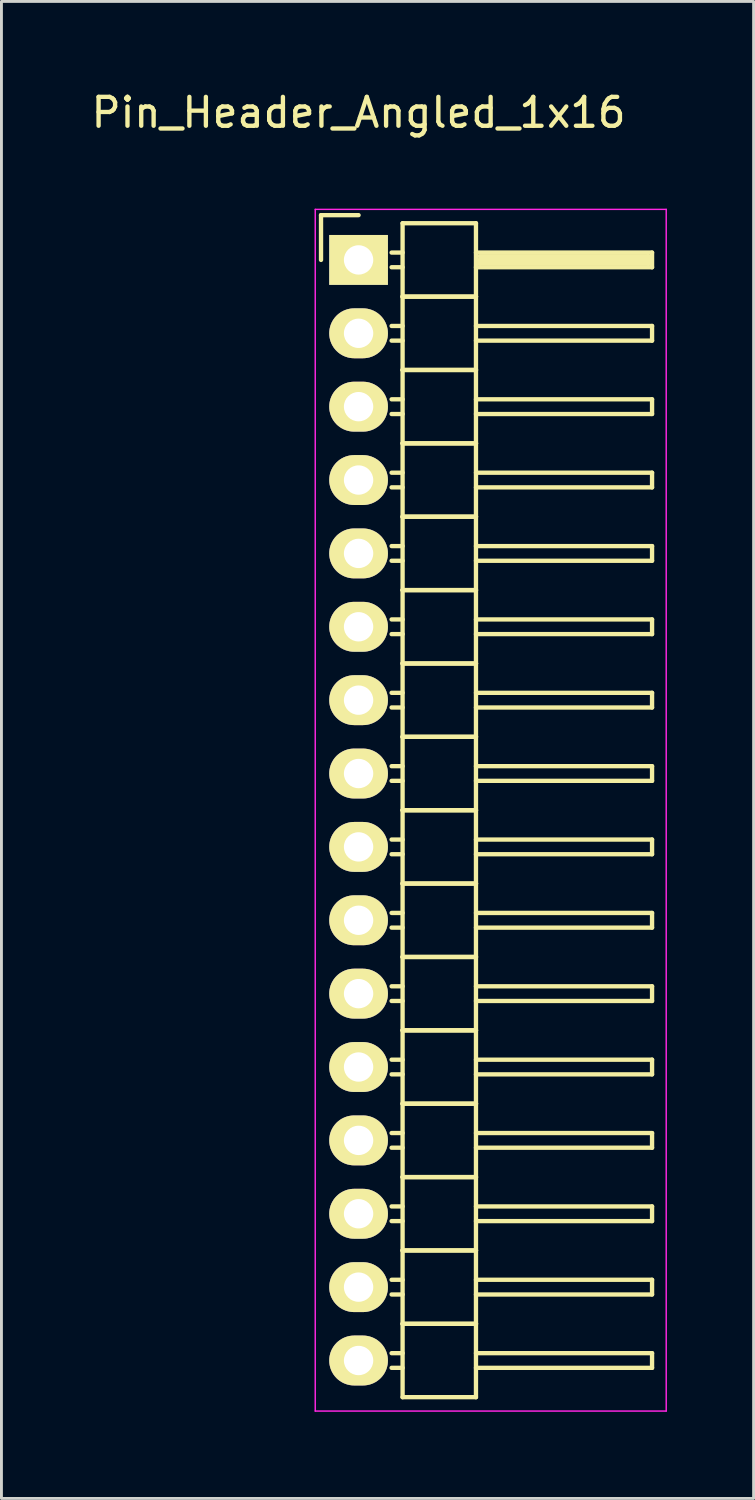
<source format=kicad_pcb>
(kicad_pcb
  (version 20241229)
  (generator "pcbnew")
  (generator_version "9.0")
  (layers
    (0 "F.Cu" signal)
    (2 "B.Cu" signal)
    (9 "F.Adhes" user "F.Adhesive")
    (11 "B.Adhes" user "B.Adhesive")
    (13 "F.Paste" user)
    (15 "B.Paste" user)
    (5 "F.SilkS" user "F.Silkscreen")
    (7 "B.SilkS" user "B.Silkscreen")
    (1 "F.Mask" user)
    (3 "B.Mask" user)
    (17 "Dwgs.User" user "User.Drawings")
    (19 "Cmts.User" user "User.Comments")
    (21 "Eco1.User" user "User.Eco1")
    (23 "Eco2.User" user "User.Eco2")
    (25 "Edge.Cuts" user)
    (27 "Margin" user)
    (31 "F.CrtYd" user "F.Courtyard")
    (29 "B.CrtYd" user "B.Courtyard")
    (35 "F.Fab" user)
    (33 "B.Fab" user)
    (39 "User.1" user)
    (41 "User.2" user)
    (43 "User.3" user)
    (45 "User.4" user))
  (footprint "Pin_Header_Angled_1x16"
    (layer "F.Cu")
    (at 9.363 5.948)
    (property "Reference" "Pin_Header_Angled_1x16" (at 0 -5.1 0) (layer "F.SilkS") (effects (font (size 1 1) (thickness 0.15))))
    (attr through_hole)
    (fp_line (start -1.3 -1.55) (end -1.3 0) (stroke (width 0.15) (type solid)) (layer "F.SilkS"))
    (fp_line (start 0 -1.55) (end -1.3 -1.55) (stroke (width 0.15) (type solid)) (layer "F.SilkS"))
    (fp_line (start 1.524 -1.27) (end 1.524 1.27) (stroke (width 0.15) (type solid)) (layer "F.SilkS"))
    (fp_line (start 1.524 -1.27) (end 4.064 -1.27) (stroke (width 0.15) (type solid)) (layer "F.SilkS"))
    (fp_line (start 1.524 -0.254) (end 1.143 -0.254) (stroke (width 0.15) (type solid)) (layer "F.SilkS"))
    (fp_line (start 1.524 0.254) (end 1.143 0.254) (stroke (width 0.15) (type solid)) (layer "F.SilkS"))
    (fp_line (start 1.524 1.27) (end 1.524 3.81) (stroke (width 0.15) (type solid)) (layer "F.SilkS"))
    (fp_line (start 1.524 1.27) (end 4.064 1.27) (stroke (width 0.15) (type solid)) (layer "F.SilkS"))
    (fp_line (start 1.524 1.27) (end 4.064 1.27) (stroke (width 0.15) (type solid)) (layer "F.SilkS"))
    (fp_line (start 1.524 2.286) (end 1.143 2.286) (stroke (width 0.15) (type solid)) (layer "F.SilkS"))
    (fp_line (start 1.524 2.794) (end 1.143 2.794) (stroke (width 0.15) (type solid)) (layer "F.SilkS"))
    (fp_line (start 1.524 3.81) (end 1.524 6.35) (stroke (width 0.15) (type solid)) (layer "F.SilkS"))
    (fp_line (start 1.524 3.81) (end 4.064 3.81) (stroke (width 0.15) (type solid)) (layer "F.SilkS"))
    (fp_line (start 1.524 3.81) (end 4.064 3.81) (stroke (width 0.15) (type solid)) (layer "F.SilkS"))
    (fp_line (start 1.524 4.826) (end 1.143 4.826) (stroke (width 0.15) (type solid)) (layer "F.SilkS"))
    (fp_line (start 1.524 5.334) (end 1.143 5.334) (stroke (width 0.15) (type solid)) (layer "F.SilkS"))
    (fp_line (start 1.524 6.35) (end 1.524 8.89) (stroke (width 0.15) (type solid)) (layer "F.SilkS"))
    (fp_line (start 1.524 6.35) (end 4.064 6.35) (stroke (width 0.15) (type solid)) (layer "F.SilkS"))
    (fp_line (start 1.524 6.35) (end 4.064 6.35) (stroke (width 0.15) (type solid)) (layer "F.SilkS"))
    (fp_line (start 1.524 7.366) (end 1.143 7.366) (stroke (width 0.15) (type solid)) (layer "F.SilkS"))
    (fp_line (start 1.524 7.874) (end 1.143 7.874) (stroke (width 0.15) (type solid)) (layer "F.SilkS"))
    (fp_line (start 1.524 8.89) (end 1.524 11.43) (stroke (width 0.15) (type solid)) (layer "F.SilkS"))
    (fp_line (start 1.524 8.89) (end 4.064 8.89) (stroke (width 0.15) (type solid)) (layer "F.SilkS"))
    (fp_line (start 1.524 8.89) (end 4.064 8.89) (stroke (width 0.15) (type solid)) (layer "F.SilkS"))
    (fp_line (start 1.524 9.906) (end 1.143 9.906) (stroke (width 0.15) (type solid)) (layer "F.SilkS"))
    (fp_line (start 1.524 10.414) (end 1.143 10.414) (stroke (width 0.15) (type solid)) (layer "F.SilkS"))
    (fp_line (start 1.524 11.43) (end 1.524 13.97) (stroke (width 0.15) (type solid)) (layer "F.SilkS"))
    (fp_line (start 1.524 11.43) (end 4.064 11.43) (stroke (width 0.15) (type solid)) (layer "F.SilkS"))
    (fp_line (start 1.524 11.43) (end 4.064 11.43) (stroke (width 0.15) (type solid)) (layer "F.SilkS"))
    (fp_line (start 1.524 12.446) (end 1.143 12.446) (stroke (width 0.15) (type solid)) (layer "F.SilkS"))
    (fp_line (start 1.524 12.954) (end 1.143 12.954) (stroke (width 0.15) (type solid)) (layer "F.SilkS"))
    (fp_line (start 1.524 13.97) (end 1.524 16.51) (stroke (width 0.15) (type solid)) (layer "F.SilkS"))
    (fp_line (start 1.524 13.97) (end 4.064 13.97) (stroke (width 0.15) (type solid)) (layer "F.SilkS"))
    (fp_line (start 1.524 13.97) (end 4.064 13.97) (stroke (width 0.15) (type solid)) (layer "F.SilkS"))
    (fp_line (start 1.524 14.986) (end 1.143 14.986) (stroke (width 0.15) (type solid)) (layer "F.SilkS"))
    (fp_line (start 1.524 15.494) (end 1.143 15.494) (stroke (width 0.15) (type solid)) (layer "F.SilkS"))
    (fp_line (start 1.524 16.51) (end 1.524 19.05) (stroke (width 0.15) (type solid)) (layer "F.SilkS"))
    (fp_line (start 1.524 16.51) (end 4.064 16.51) (stroke (width 0.15) (type solid)) (layer "F.SilkS"))
    (fp_line (start 1.524 16.51) (end 4.064 16.51) (stroke (width 0.15) (type solid)) (layer "F.SilkS"))
    (fp_line (start 1.524 17.526) (end 1.143 17.526) (stroke (width 0.15) (type solid)) (layer "F.SilkS"))
    (fp_line (start 1.524 18.034) (end 1.143 18.034) (stroke (width 0.15) (type solid)) (layer "F.SilkS"))
    (fp_line (start 1.524 19.05) (end 1.524 21.59) (stroke (width 0.15) (type solid)) (layer "F.SilkS"))
    (fp_line (start 1.524 19.05) (end 4.064 19.05) (stroke (width 0.15) (type solid)) (layer "F.SilkS"))
    (fp_line (start 1.524 19.05) (end 4.064 19.05) (stroke (width 0.15) (type solid)) (layer "F.SilkS"))
    (fp_line (start 1.524 20.066) (end 1.143 20.066) (stroke (width 0.15) (type solid)) (layer "F.SilkS"))
    (fp_line (start 1.524 20.574) (end 1.143 20.574) (stroke (width 0.15) (type solid)) (layer "F.SilkS"))
    (fp_line (start 1.524 21.59) (end 1.524 24.13) (stroke (width 0.15) (type solid)) (layer "F.SilkS"))
    (fp_line (start 1.524 21.59) (end 4.064 21.59) (stroke (width 0.15) (type solid)) (layer "F.SilkS"))
    (fp_line (start 1.524 21.59) (end 4.064 21.59) (stroke (width 0.15) (type solid)) (layer "F.SilkS"))
    (fp_line (start 1.524 22.606) (end 1.143 22.606) (stroke (width 0.15) (type solid)) (layer "F.SilkS"))
    (fp_line (start 1.524 23.114) (end 1.143 23.114) (stroke (width 0.15) (type solid)) (layer "F.SilkS"))
    (fp_line (start 1.524 24.13) (end 1.524 26.67) (stroke (width 0.15) (type solid)) (layer "F.SilkS"))
    (fp_line (start 1.524 24.13) (end 4.064 24.13) (stroke (width 0.15) (type solid)) (layer "F.SilkS"))
    (fp_line (start 1.524 24.13) (end 4.064 24.13) (stroke (width 0.15) (type solid)) (layer "F.SilkS"))
    (fp_line (start 1.524 25.146) (end 1.143 25.146) (stroke (width 0.15) (type solid)) (layer "F.SilkS"))
    (fp_line (start 1.524 25.654) (end 1.143 25.654) (stroke (width 0.15) (type solid)) (layer "F.SilkS"))
    (fp_line (start 1.524 26.67) (end 1.524 29.21) (stroke (width 0.15) (type solid)) (layer "F.SilkS"))
    (fp_line (start 1.524 26.67) (end 4.064 26.67) (stroke (width 0.15) (type solid)) (layer "F.SilkS"))
    (fp_line (start 1.524 26.67) (end 4.064 26.67) (stroke (width 0.15) (type solid)) (layer "F.SilkS"))
    (fp_line (start 1.524 27.686) (end 1.143 27.686) (stroke (width 0.15) (type solid)) (layer "F.SilkS"))
    (fp_line (start 1.524 28.194) (end 1.143 28.194) (stroke (width 0.15) (type solid)) (layer "F.SilkS"))
    (fp_line (start 1.524 29.21) (end 1.524 31.75) (stroke (width 0.15) (type solid)) (layer "F.SilkS"))
    (fp_line (start 1.524 29.21) (end 4.064 29.21) (stroke (width 0.15) (type solid)) (layer "F.SilkS"))
    (fp_line (start 1.524 29.21) (end 4.064 29.21) (stroke (width 0.15) (type solid)) (layer "F.SilkS"))
    (fp_line (start 1.524 30.226) (end 1.143 30.226) (stroke (width 0.15) (type solid)) (layer "F.SilkS"))
    (fp_line (start 1.524 30.734) (end 1.143 30.734) (stroke (width 0.15) (type solid)) (layer "F.SilkS"))
    (fp_line (start 1.524 31.75) (end 1.524 34.29) (stroke (width 0.15) (type solid)) (layer "F.SilkS"))
    (fp_line (start 1.524 31.75) (end 4.064 31.75) (stroke (width 0.15) (type solid)) (layer "F.SilkS"))
    (fp_line (start 1.524 31.75) (end 4.064 31.75) (stroke (width 0.15) (type solid)) (layer "F.SilkS"))
    (fp_line (start 1.524 32.766) (end 1.143 32.766) (stroke (width 0.15) (type solid)) (layer "F.SilkS"))
    (fp_line (start 1.524 33.274) (end 1.143 33.274) (stroke (width 0.15) (type solid)) (layer "F.SilkS"))
    (fp_line (start 1.524 34.29) (end 1.524 36.83) (stroke (width 0.15) (type solid)) (layer "F.SilkS"))
    (fp_line (start 1.524 34.29) (end 4.064 34.29) (stroke (width 0.15) (type solid)) (layer "F.SilkS"))
    (fp_line (start 1.524 34.29) (end 4.064 34.29) (stroke (width 0.15) (type solid)) (layer "F.SilkS"))
    (fp_line (start 1.524 35.306) (end 1.143 35.306) (stroke (width 0.15) (type solid)) (layer "F.SilkS"))
    (fp_line (start 1.524 35.814) (end 1.143 35.814) (stroke (width 0.15) (type solid)) (layer "F.SilkS"))
    (fp_line (start 1.524 36.83) (end 1.524 39.37) (stroke (width 0.15) (type solid)) (layer "F.SilkS"))
    (fp_line (start 1.524 36.83) (end 4.064 36.83) (stroke (width 0.15) (type solid)) (layer "F.SilkS"))
    (fp_line (start 1.524 36.83) (end 4.064 36.83) (stroke (width 0.15) (type solid)) (layer "F.SilkS"))
    (fp_line (start 1.524 37.846) (end 1.143 37.846) (stroke (width 0.15) (type solid)) (layer "F.SilkS"))
    (fp_line (start 1.524 38.354) (end 1.143 38.354) (stroke (width 0.15) (type solid)) (layer "F.SilkS"))
    (fp_line (start 1.524 39.37) (end 4.064 39.37) (stroke (width 0.15) (type solid)) (layer "F.SilkS"))
    (fp_line (start 4.064 -0.254) (end 10.16 -0.254) (stroke (width 0.15) (type solid)) (layer "F.SilkS"))
    (fp_line (start 4.064 1.27) (end 4.064 -1.27) (stroke (width 0.15) (type solid)) (layer "F.SilkS"))
    (fp_line (start 4.064 2.286) (end 10.16 2.286) (stroke (width 0.15) (type solid)) (layer "F.SilkS"))
    (fp_line (start 4.064 3.81) (end 4.064 1.27) (stroke (width 0.15) (type solid)) (layer "F.SilkS"))
    (fp_line (start 4.064 4.826) (end 10.16 4.826) (stroke (width 0.15) (type solid)) (layer "F.SilkS"))
    (fp_line (start 4.064 6.35) (end 4.064 3.81) (stroke (width 0.15) (type solid)) (layer "F.SilkS"))
    (fp_line (start 4.064 7.366) (end 10.16 7.366) (stroke (width 0.15) (type solid)) (layer "F.SilkS"))
    (fp_line (start 4.064 8.89) (end 4.064 6.35) (stroke (width 0.15) (type solid)) (layer "F.SilkS"))
    (fp_line (start 4.064 9.906) (end 10.16 9.906) (stroke (width 0.15) (type solid)) (layer "F.SilkS"))
    (fp_line (start 4.064 11.43) (end 4.064 8.89) (stroke (width 0.15) (type solid)) (layer "F.SilkS"))
    (fp_line (start 4.064 12.446) (end 10.16 12.446) (stroke (width 0.15) (type solid)) (layer "F.SilkS"))
    (fp_line (start 4.064 13.97) (end 4.064 11.43) (stroke (width 0.15) (type solid)) (layer "F.SilkS"))
    (fp_line (start 4.064 14.986) (end 10.16 14.986) (stroke (width 0.15) (type solid)) (layer "F.SilkS"))
    (fp_line (start 4.064 16.51) (end 4.064 13.97) (stroke (width 0.15) (type solid)) (layer "F.SilkS"))
    (fp_line (start 4.064 17.526) (end 10.16 17.526) (stroke (width 0.15) (type solid)) (layer "F.SilkS"))
    (fp_line (start 4.064 19.05) (end 4.064 16.51) (stroke (width 0.15) (type solid)) (layer "F.SilkS"))
    (fp_line (start 4.064 20.066) (end 10.16 20.066) (stroke (width 0.15) (type solid)) (layer "F.SilkS"))
    (fp_line (start 4.064 21.59) (end 4.064 19.05) (stroke (width 0.15) (type solid)) (layer "F.SilkS"))
    (fp_line (start 4.064 22.606) (end 10.16 22.606) (stroke (width 0.15) (type solid)) (layer "F.SilkS"))
    (fp_line (start 4.064 24.13) (end 4.064 21.59) (stroke (width 0.15) (type solid)) (layer "F.SilkS"))
    (fp_line (start 4.064 25.146) (end 10.16 25.146) (stroke (width 0.15) (type solid)) (layer "F.SilkS"))
    (fp_line (start 4.064 26.67) (end 4.064 24.13) (stroke (width 0.15) (type solid)) (layer "F.SilkS"))
    (fp_line (start 4.064 27.686) (end 10.16 27.686) (stroke (width 0.15) (type solid)) (layer "F.SilkS"))
    (fp_line (start 4.064 29.21) (end 4.064 26.67) (stroke (width 0.15) (type solid)) (layer "F.SilkS"))
    (fp_line (start 4.064 30.226) (end 10.16 30.226) (stroke (width 0.15) (type solid)) (layer "F.SilkS"))
    (fp_line (start 4.064 31.75) (end 4.064 29.21) (stroke (width 0.15) (type solid)) (layer "F.SilkS"))
    (fp_line (start 4.064 32.766) (end 10.16 32.766) (stroke (width 0.15) (type solid)) (layer "F.SilkS"))
    (fp_line (start 4.064 34.29) (end 4.064 31.75) (stroke (width 0.15) (type solid)) (layer "F.SilkS"))
    (fp_line (start 4.064 35.306) (end 10.16 35.306) (stroke (width 0.15) (type solid)) (layer "F.SilkS"))
    (fp_line (start 4.064 36.83) (end 4.064 34.29) (stroke (width 0.15) (type solid)) (layer "F.SilkS"))
    (fp_line (start 4.064 37.846) (end 10.16 37.846) (stroke (width 0.15) (type solid)) (layer "F.SilkS"))
    (fp_line (start 4.064 39.37) (end 4.064 36.83) (stroke (width 0.15) (type solid)) (layer "F.SilkS"))
    (fp_line (start 4.191 -0.127) (end 10.033 -0.127) (stroke (width 0.15) (type solid)) (layer "F.SilkS"))
    (fp_line (start 4.191 0) (end 10.033 0) (stroke (width 0.15) (type solid)) (layer "F.SilkS"))
    (fp_line (start 4.191 0.127) (end 4.191 0) (stroke (width 0.15) (type solid)) (layer "F.SilkS"))
    (fp_line (start 10.033 -0.127) (end 10.033 0.127) (stroke (width 0.15) (type solid)) (layer "F.SilkS"))
    (fp_line (start 10.033 0.127) (end 4.191 0.127) (stroke (width 0.15) (type solid)) (layer "F.SilkS"))
    (fp_line (start 10.16 -0.254) (end 10.16 0.254) (stroke (width 0.15) (type solid)) (layer "F.SilkS"))
    (fp_line (start 10.16 0.254) (end 4.064 0.254) (stroke (width 0.15) (type solid)) (layer "F.SilkS"))
    (fp_line (start 10.16 2.286) (end 10.16 2.794) (stroke (width 0.15) (type solid)) (layer "F.SilkS"))
    (fp_line (start 10.16 2.794) (end 4.064 2.794) (stroke (width 0.15) (type solid)) (layer "F.SilkS"))
    (fp_line (start 10.16 4.826) (end 10.16 5.334) (stroke (width 0.15) (type solid)) (layer "F.SilkS"))
    (fp_line (start 10.16 5.334) (end 4.064 5.334) (stroke (width 0.15) (type solid)) (layer "F.SilkS"))
    (fp_line (start 10.16 7.366) (end 10.16 7.874) (stroke (width 0.15) (type solid)) (layer "F.SilkS"))
    (fp_line (start 10.16 7.874) (end 4.064 7.874) (stroke (width 0.15) (type solid)) (layer "F.SilkS"))
    (fp_line (start 10.16 9.906) (end 10.16 10.414) (stroke (width 0.15) (type solid)) (layer "F.SilkS"))
    (fp_line (start 10.16 10.414) (end 4.064 10.414) (stroke (width 0.15) (type solid)) (layer "F.SilkS"))
    (fp_line (start 10.16 12.446) (end 10.16 12.954) (stroke (width 0.15) (type solid)) (layer "F.SilkS"))
    (fp_line (start 10.16 12.954) (end 4.064 12.954) (stroke (width 0.15) (type solid)) (layer "F.SilkS"))
    (fp_line (start 10.16 14.986) (end 10.16 15.494) (stroke (width 0.15) (type solid)) (layer "F.SilkS"))
    (fp_line (start 10.16 15.494) (end 4.064 15.494) (stroke (width 0.15) (type solid)) (layer "F.SilkS"))
    (fp_line (start 10.16 17.526) (end 10.16 18.034) (stroke (width 0.15) (type solid)) (layer "F.SilkS"))
    (fp_line (start 10.16 18.034) (end 4.064 18.034) (stroke (width 0.15) (type solid)) (layer "F.SilkS"))
    (fp_line (start 10.16 20.066) (end 10.16 20.574) (stroke (width 0.15) (type solid)) (layer "F.SilkS"))
    (fp_line (start 10.16 20.574) (end 4.064 20.574) (stroke (width 0.15) (type solid)) (layer "F.SilkS"))
    (fp_line (start 10.16 22.606) (end 10.16 23.114) (stroke (width 0.15) (type solid)) (layer "F.SilkS"))
    (fp_line (start 10.16 23.114) (end 4.064 23.114) (stroke (width 0.15) (type solid)) (layer "F.SilkS"))
    (fp_line (start 10.16 25.146) (end 10.16 25.654) (stroke (width 0.15) (type solid)) (layer "F.SilkS"))
    (fp_line (start 10.16 25.654) (end 4.064 25.654) (stroke (width 0.15) (type solid)) (layer "F.SilkS"))
    (fp_line (start 10.16 27.686) (end 10.16 28.194) (stroke (width 0.15) (type solid)) (layer "F.SilkS"))
    (fp_line (start 10.16 28.194) (end 4.064 28.194) (stroke (width 0.15) (type solid)) (layer "F.SilkS"))
    (fp_line (start 10.16 30.226) (end 10.16 30.734) (stroke (width 0.15) (type solid)) (layer "F.SilkS"))
    (fp_line (start 10.16 30.734) (end 4.064 30.734) (stroke (width 0.15) (type solid)) (layer "F.SilkS"))
    (fp_line (start 10.16 32.766) (end 10.16 33.274) (stroke (width 0.15) (type solid)) (layer "F.SilkS"))
    (fp_line (start 10.16 33.274) (end 4.064 33.274) (stroke (width 0.15) (type solid)) (layer "F.SilkS"))
    (fp_line (start 10.16 35.306) (end 10.16 35.814) (stroke (width 0.15) (type solid)) (layer "F.SilkS"))
    (fp_line (start 10.16 35.814) (end 4.064 35.814) (stroke (width 0.15) (type solid)) (layer "F.SilkS"))
    (fp_line (start 10.16 37.846) (end 10.16 38.354) (stroke (width 0.15) (type solid)) (layer "F.SilkS"))
    (fp_line (start 10.16 38.354) (end 4.064 38.354) (stroke (width 0.15) (type solid)) (layer "F.SilkS"))
    (fp_line (start -1.5 -1.75) (end -1.5 39.85) (stroke (width 0.05) (type solid)) (layer "F.CrtYd"))
    (fp_line (start -1.5 -1.75) (end 10.65 -1.75) (stroke (width 0.05) (type solid)) (layer "F.CrtYd"))
    (fp_line (start -1.5 39.85) (end 10.65 39.85) (stroke (width 0.05) (type solid)) (layer "F.CrtYd"))
    (fp_line (start 10.65 -1.75) (end 10.65 39.85) (stroke (width 0.05) (type solid)) (layer "F.CrtYd"))
    (pad "1" thru_hole rect (at 0 0) (size 2.032 1.727) (drill 1.016) (layers "*.Cu" "*.Mask" "F.SilkS"))
    (pad "2" thru_hole oval (at 0 2.54) (size 2.032 1.727) (drill 1.016) (layers "*.Cu" "*.Mask" "F.SilkS"))
    (pad "3" thru_hole oval (at 0 5.08) (size 2.032 1.727) (drill 1.016) (layers "*.Cu" "*.Mask" "F.SilkS"))
    (pad "4" thru_hole oval (at 0 7.62) (size 2.032 1.727) (drill 1.016) (layers "*.Cu" "*.Mask" "F.SilkS"))
    (pad "5" thru_hole oval (at 0 10.16) (size 2.032 1.727) (drill 1.016) (layers "*.Cu" "*.Mask" "F.SilkS"))
    (pad "6" thru_hole oval (at 0 12.7) (size 2.032 1.727) (drill 1.016) (layers "*.Cu" "*.Mask" "F.SilkS"))
    (pad "7" thru_hole oval (at 0 15.24) (size 2.032 1.727) (drill 1.016) (layers "*.Cu" "*.Mask" "F.SilkS"))
    (pad "8" thru_hole oval (at 0 17.78) (size 2.032 1.727) (drill 1.016) (layers "*.Cu" "*.Mask" "F.SilkS"))
    (pad "9" thru_hole oval (at 0 20.32) (size 2.032 1.727) (drill 1.016) (layers "*.Cu" "*.Mask" "F.SilkS"))
    (pad "10" thru_hole oval (at 0 22.86) (size 2.032 1.727) (drill 1.016) (layers "*.Cu" "*.Mask" "F.SilkS"))
    (pad "11" thru_hole oval (at 0 25.4) (size 2.032 1.727) (drill 1.016) (layers "*.Cu" "*.Mask" "F.SilkS"))
    (pad "12" thru_hole oval (at 0 27.94) (size 2.032 1.727) (drill 1.016) (layers "*.Cu" "*.Mask" "F.SilkS"))
    (pad "13" thru_hole oval (at 0 30.48) (size 2.032 1.727) (drill 1.016) (layers "*.Cu" "*.Mask" "F.SilkS"))
    (pad "14" thru_hole oval (at 0 33.02) (size 2.032 1.727) (drill 1.016) (layers "*.Cu" "*.Mask" "F.SilkS"))
    (pad "15" thru_hole oval (at 0 35.56) (size 2.032 1.727) (drill 1.016) (layers "*.Cu" "*.Mask" "F.SilkS"))
    (pad "16" thru_hole oval (at 0 38.1) (size 2.032 1.727) (drill 1.016) (layers "*.Cu" "*.Mask" "F.SilkS")))
  (gr_rect
    (start -3 -3)
    (end 23.038 48.823)
    (stroke (width 0.1) (type default))
    (fill no)
    (layer "Edge.Cuts")))
</source>
